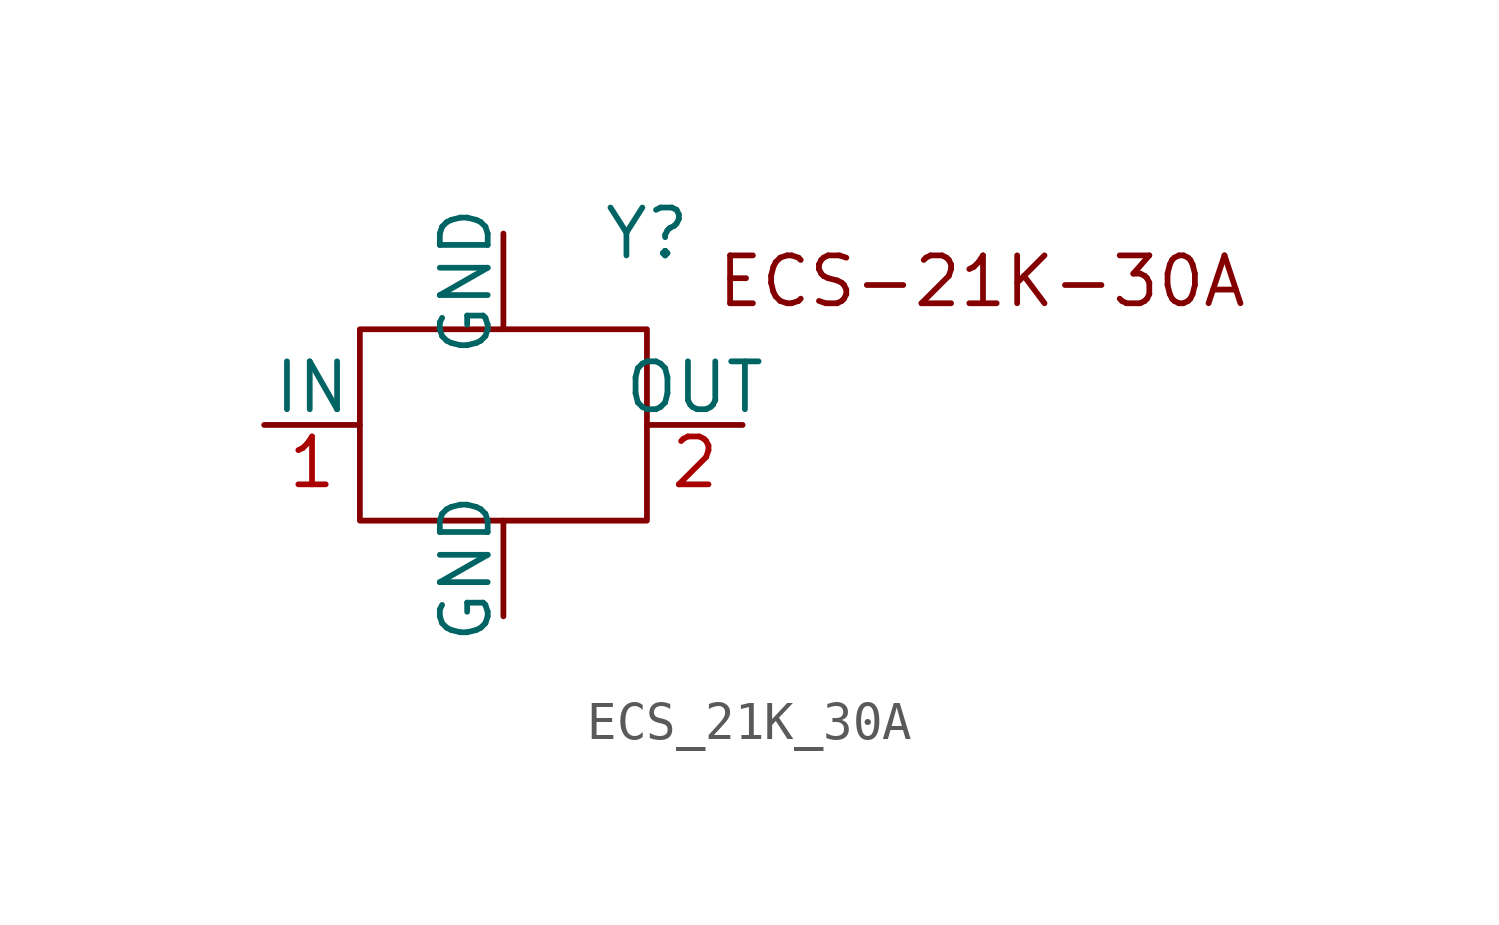
<source format=kicad_sym>
(kicad_symbol_lib
  (version 20220914)
  (generator kicad_symbol_editor)
  (symbol "ECS_21K_30A"
    (pin_names
      (offset 0))
    (property "Reference" "Y"
      (at 3.81 0 0)
      (effects (font (size 1.27 1.27))))
    (property "Value" ""
      (at 0 0 0)
      (effects (font (size 1.27 1.27))))
    (symbol "ECS_21K_30A_0_1"
      (rectangle (start -3.81 -2.54) (end 3.81 -7.62) (stroke (width 0) (type default)) (fill (type none))))
    (symbol "ECS_21K_30A_1_1"
      (text "ECS-21K-30A" (at 12.7 -1.27 0) (effects (font (size 1.27 1.27))))
      (pin input line (at 0 -10.16 90) (length 2.54) (name "GND" (effects (font (size 1.27 1.27)))) (number "" (effects (font (size 1.27 1.27)))))
      (pin input line (at 0 0 270) (length 2.54) (name "GND" (effects (font (size 1.27 1.27)))) (number "" (effects (font (size 1.27 1.27)))))
      (pin input line (at -6.35 -5.08 0) (length 2.54) (name "IN" (effects (font (size 1.27 1.27)))) (number "1" (effects (font (size 1.27 1.27)))))
      (pin output line (at 6.35 -5.08 180) (length 2.54) (name "OUT" (effects (font (size 1.27 1.27)))) (number "2" (effects (font (size 1.27 1.27))))))))
</source>
